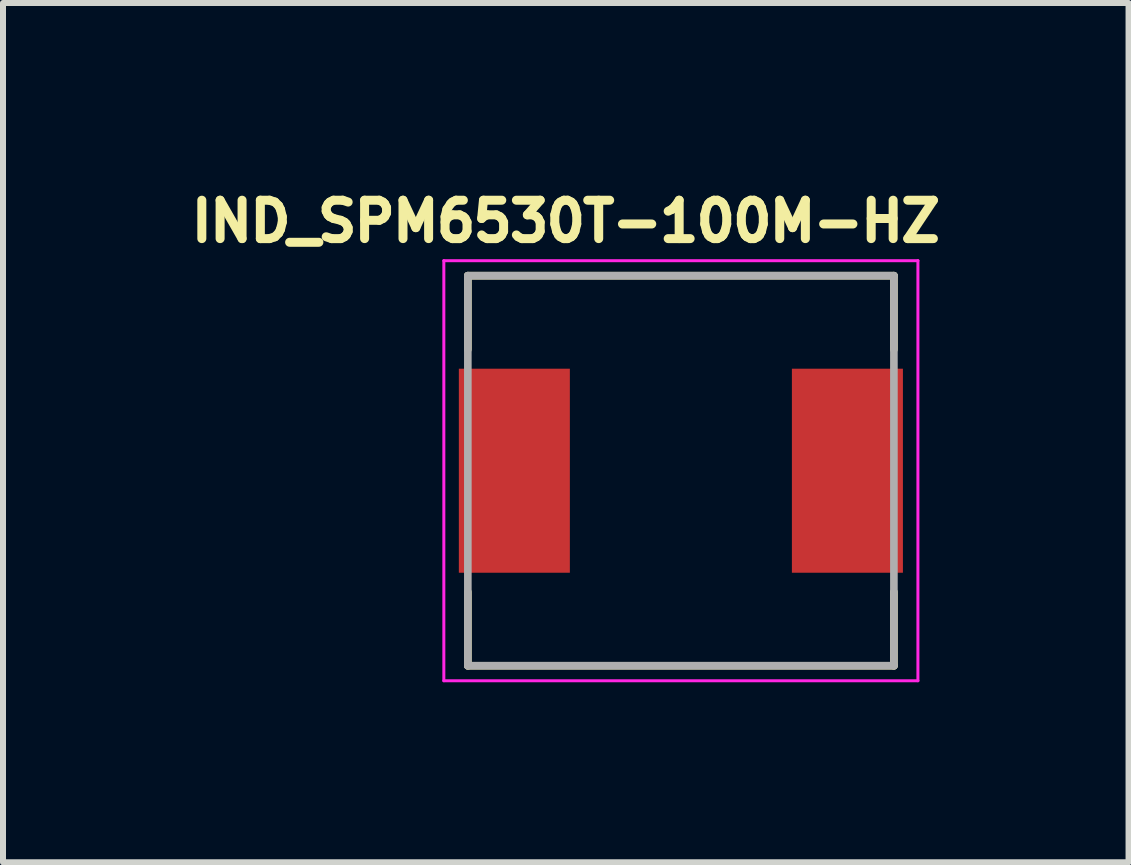
<source format=kicad_pcb>
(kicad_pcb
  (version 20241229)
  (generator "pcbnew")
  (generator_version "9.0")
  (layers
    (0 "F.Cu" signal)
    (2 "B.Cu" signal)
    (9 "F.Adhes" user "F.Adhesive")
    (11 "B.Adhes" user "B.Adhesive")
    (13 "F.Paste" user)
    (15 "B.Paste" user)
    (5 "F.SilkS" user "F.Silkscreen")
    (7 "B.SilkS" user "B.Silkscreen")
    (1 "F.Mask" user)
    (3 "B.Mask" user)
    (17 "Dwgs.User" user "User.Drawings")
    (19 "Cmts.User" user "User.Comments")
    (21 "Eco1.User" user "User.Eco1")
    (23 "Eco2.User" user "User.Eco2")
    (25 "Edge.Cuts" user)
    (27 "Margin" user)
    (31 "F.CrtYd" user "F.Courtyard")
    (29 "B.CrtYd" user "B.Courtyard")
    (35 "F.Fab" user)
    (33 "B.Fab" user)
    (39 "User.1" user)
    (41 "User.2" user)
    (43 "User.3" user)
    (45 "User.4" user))
  (footprint "IND_SPM6530T-100M-HZ"
    (layer "F.Cu")
    (at 8.296 4.794)
    (property "Reference" "IND_SPM6530T-100M-HZ" (at -1.918 -4.156 0) (layer "F.SilkS") (effects (font (size 0.64 0.64) (thickness 0.15))))
    (attr smd)
    (fp_line (start -3.55 -3.25) (end -3.55 -2.02) (stroke (width 0.127) (type solid)) (layer "F.SilkS"))
    (fp_line (start -3.55 -3.25) (end 3.55 -3.25) (stroke (width 0.127) (type solid)) (layer "F.SilkS"))
    (fp_line (start -3.55 3.25) (end -3.55 2.02) (stroke (width 0.127) (type solid)) (layer "F.SilkS"))
    (fp_line (start -3.55 3.25) (end 3.55 3.25) (stroke (width 0.127) (type solid)) (layer "F.SilkS"))
    (fp_line (start 3.55 -3.25) (end 3.55 -2.02) (stroke (width 0.127) (type solid)) (layer "F.SilkS"))
    (fp_line (start 3.55 3.25) (end 3.55 2.02) (stroke (width 0.127) (type solid)) (layer "F.SilkS"))
    (fp_line (start -3.95 -3.5) (end -3.95 3.5) (stroke (width 0.05) (type solid)) (layer "F.CrtYd"))
    (fp_line (start -3.95 3.5) (end 3.95 3.5) (stroke (width 0.05) (type solid)) (layer "F.CrtYd"))
    (fp_line (start 3.95 -3.5) (end -3.95 -3.5) (stroke (width 0.05) (type solid)) (layer "F.CrtYd"))
    (fp_line (start 3.95 3.5) (end 3.95 -3.5) (stroke (width 0.05) (type solid)) (layer "F.CrtYd"))
    (fp_line (start -3.55 -3.25) (end -3.55 3.25) (stroke (width 0.127) (type solid)) (layer "F.Fab"))
    (fp_line (start -3.55 -3.25) (end 3.55 -3.25) (stroke (width 0.127) (type solid)) (layer "F.Fab"))
    (fp_line (start -3.55 3.25) (end 3.55 3.25) (stroke (width 0.127) (type solid)) (layer "F.Fab"))
    (fp_line (start 3.55 -3.25) (end 3.55 3.25) (stroke (width 0.127) (type solid)) (layer "F.Fab"))
    (pad "1" smd rect (at -2.775 0) (size 1.85 3.4) (layers "F.Cu" "F.Mask" "F.Paste"))
    (pad "2" smd rect (at 2.775 0) (size 1.85 3.4) (layers "F.Cu" "F.Mask" "F.Paste")))
  (gr_rect
    (start -3 -3)
    (end 15.756 11.319)
    (stroke (width 0.1) (type default))
    (fill no)
    (layer "Edge.Cuts")))
</source>
